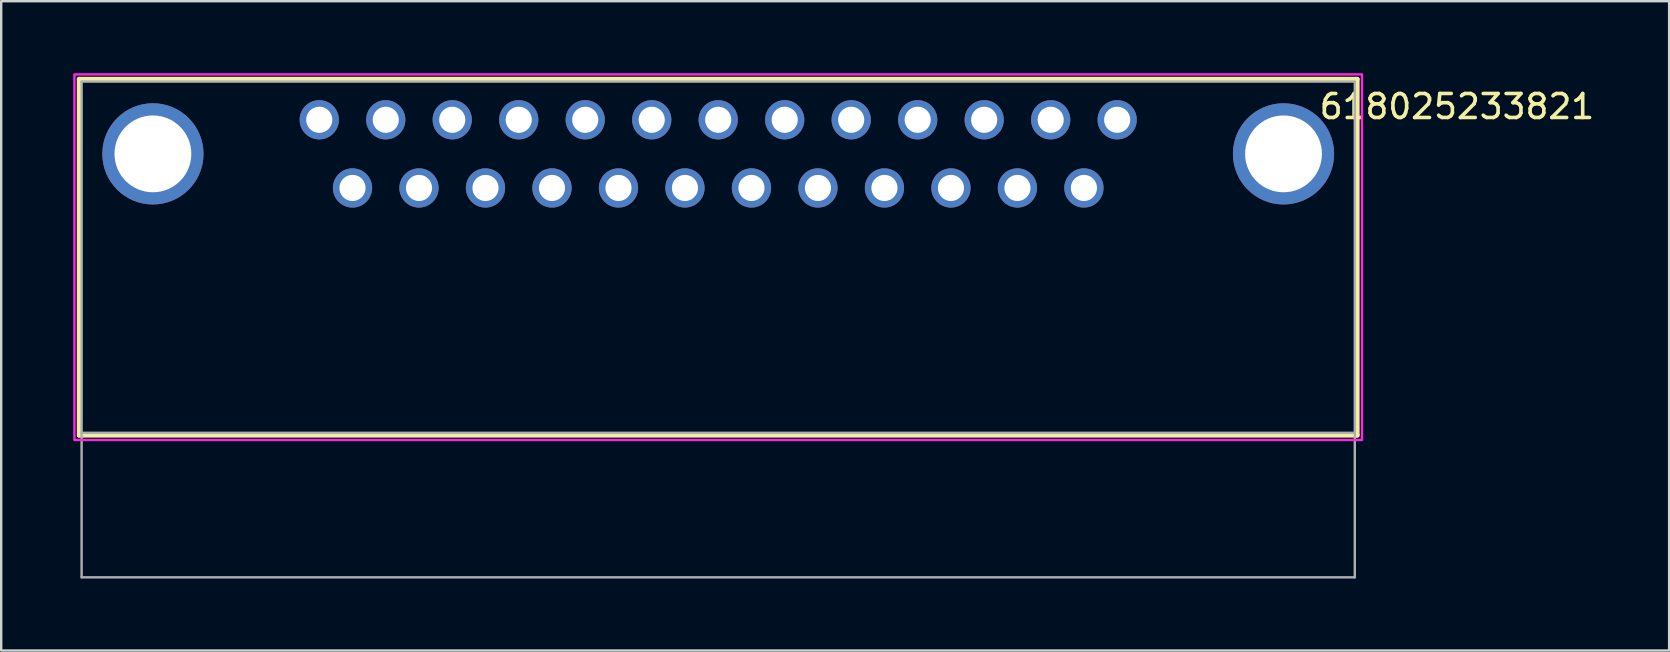
<source format=kicad_pcb>
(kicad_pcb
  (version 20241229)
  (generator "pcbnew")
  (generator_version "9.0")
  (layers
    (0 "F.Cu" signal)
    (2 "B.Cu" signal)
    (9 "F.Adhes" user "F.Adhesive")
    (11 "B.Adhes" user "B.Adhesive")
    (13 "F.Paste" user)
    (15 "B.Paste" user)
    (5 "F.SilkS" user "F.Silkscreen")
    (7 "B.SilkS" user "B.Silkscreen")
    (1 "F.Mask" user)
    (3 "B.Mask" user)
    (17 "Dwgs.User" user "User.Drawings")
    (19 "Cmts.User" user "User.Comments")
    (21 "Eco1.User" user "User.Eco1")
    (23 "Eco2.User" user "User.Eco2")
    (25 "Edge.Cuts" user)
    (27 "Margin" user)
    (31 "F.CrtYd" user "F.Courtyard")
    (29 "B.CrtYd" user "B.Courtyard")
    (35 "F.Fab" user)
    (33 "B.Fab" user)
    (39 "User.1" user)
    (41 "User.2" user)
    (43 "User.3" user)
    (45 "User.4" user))
  (footprint "618025233821"
    (layer "F.Cu")
    (at 26.87 10.675)
    (property "Reference" "618025233821" (at 30.775 -9.285 0) (layer "F.SilkS") (effects (font (size 1 1) (thickness 0.15))))
    (attr through_hole)
    (fp_line (start -26.62 -10.425) (end 26.62 -10.425) (stroke (width 0.2) (type solid)) (layer "F.SilkS"))
    (fp_line (start -26.62 4.405) (end -26.62 -10.425) (stroke (width 0.2) (type solid)) (layer "F.SilkS"))
    (fp_line (start 26.62 -10.425) (end 26.62 4.405) (stroke (width 0.2) (type solid)) (layer "F.SilkS"))
    (fp_line (start 26.62 4.405) (end -26.62 4.405) (stroke (width 0.2) (type solid)) (layer "F.SilkS"))
    (fp_poly (pts (xy -26.82 -10.625) (xy 26.82 -10.625) (xy 26.82 4.605) (xy -26.82 4.605)) (stroke (width 0.1) (type solid)) (fill no) (layer "F.CrtYd"))
    (fp_line (start -26.52 -10.325) (end 26.52 -10.325) (stroke (width 0.1) (type solid)) (layer "F.Fab"))
    (fp_line (start -26.52 4.305) (end -26.52 -10.325) (stroke (width 0.1) (type solid)) (layer "F.Fab"))
    (fp_line (start -26.52 10.325) (end -26.52 4.305) (stroke (width 0.1) (type solid)) (layer "F.Fab"))
    (fp_line (start 26.52 -10.325) (end 26.52 4.305) (stroke (width 0.1) (type solid)) (layer "F.Fab"))
    (fp_line (start 26.52 4.305) (end -26.52 4.305) (stroke (width 0.1) (type solid)) (layer "F.Fab"))
    (fp_line (start 26.52 4.305) (end 26.52 10.325) (stroke (width 0.1) (type solid)) (layer "F.Fab"))
    (fp_line (start 26.52 10.325) (end -26.52 10.325) (stroke (width 0.1) (type solid)) (layer "F.Fab"))
    (pad "1" thru_hole circle (at 16.62 -8.735) (size 1.635 1.635) (drill 1.09) (layers "*.Cu" "*.Mask"))
    (pad "2" thru_hole circle (at 13.85 -8.735) (size 1.635 1.635) (drill 1.09) (layers "*.Cu" "*.Mask"))
    (pad "3" thru_hole circle (at 11.08 -8.735) (size 1.635 1.635) (drill 1.09) (layers "*.Cu" "*.Mask"))
    (pad "4" thru_hole circle (at 8.31 -8.735) (size 1.635 1.635) (drill 1.09) (layers "*.Cu" "*.Mask"))
    (pad "5" thru_hole circle (at 5.54 -8.735) (size 1.635 1.635) (drill 1.09) (layers "*.Cu" "*.Mask"))
    (pad "6" thru_hole circle (at 2.77 -8.735) (size 1.635 1.635) (drill 1.09) (layers "*.Cu" "*.Mask"))
    (pad "7" thru_hole circle (at 0 -8.735) (size 1.635 1.635) (drill 1.09) (layers "*.Cu" "*.Mask"))
    (pad "8" thru_hole circle (at -2.77 -8.735) (size 1.635 1.635) (drill 1.09) (layers "*.Cu" "*.Mask"))
    (pad "9" thru_hole circle (at -5.54 -8.735) (size 1.635 1.635) (drill 1.09) (layers "*.Cu" "*.Mask"))
    (pad "10" thru_hole circle (at -8.31 -8.735) (size 1.635 1.635) (drill 1.09) (layers "*.Cu" "*.Mask"))
    (pad "11" thru_hole circle (at -11.08 -8.735) (size 1.635 1.635) (drill 1.09) (layers "*.Cu" "*.Mask"))
    (pad "12" thru_hole circle (at -13.85 -8.735) (size 1.635 1.635) (drill 1.09) (layers "*.Cu" "*.Mask"))
    (pad "13" thru_hole circle (at -16.62 -8.735) (size 1.635 1.635) (drill 1.09) (layers "*.Cu" "*.Mask"))
    (pad "14" thru_hole circle (at 15.235 -5.895) (size 1.635 1.635) (drill 1.09) (layers "*.Cu" "*.Mask"))
    (pad "15" thru_hole circle (at 12.465 -5.895) (size 1.635 1.635) (drill 1.09) (layers "*.Cu" "*.Mask"))
    (pad "16" thru_hole circle (at 9.695 -5.895) (size 1.635 1.635) (drill 1.09) (layers "*.Cu" "*.Mask"))
    (pad "17" thru_hole circle (at 6.925 -5.895) (size 1.635 1.635) (drill 1.09) (layers "*.Cu" "*.Mask"))
    (pad "18" thru_hole circle (at 4.155 -5.895) (size 1.635 1.635) (drill 1.09) (layers "*.Cu" "*.Mask"))
    (pad "19" thru_hole circle (at 1.385 -5.895) (size 1.635 1.635) (drill 1.09) (layers "*.Cu" "*.Mask"))
    (pad "20" thru_hole circle (at -1.385 -5.895) (size 1.635 1.635) (drill 1.09) (layers "*.Cu" "*.Mask"))
    (pad "21" thru_hole circle (at -4.155 -5.895) (size 1.635 1.635) (drill 1.09) (layers "*.Cu" "*.Mask"))
    (pad "22" thru_hole circle (at -6.925 -5.895) (size 1.635 1.635) (drill 1.09) (layers "*.Cu" "*.Mask"))
    (pad "23" thru_hole circle (at -9.695 -5.895) (size 1.635 1.635) (drill 1.09) (layers "*.Cu" "*.Mask"))
    (pad "24" thru_hole circle (at -12.465 -5.895) (size 1.635 1.635) (drill 1.09) (layers "*.Cu" "*.Mask"))
    (pad "25" thru_hole circle (at -15.235 -5.895) (size 1.635 1.635) (drill 1.09) (layers "*.Cu" "*.Mask"))
    (pad "S1" thru_hole circle (at -23.55 -7.315) (size 4.216 4.216) (drill 3.2) (layers "*.Cu" "*.Mask"))
    (pad "S2" thru_hole circle (at 23.55 -7.315) (size 4.216 4.216) (drill 3.2) (layers "*.Cu" "*.Mask")))
  (gr_rect
    (start -3 -3)
    (end 66.484 24.05)
    (stroke (width 0.1) (type default))
    (fill no)
    (layer "Edge.Cuts")))
</source>
